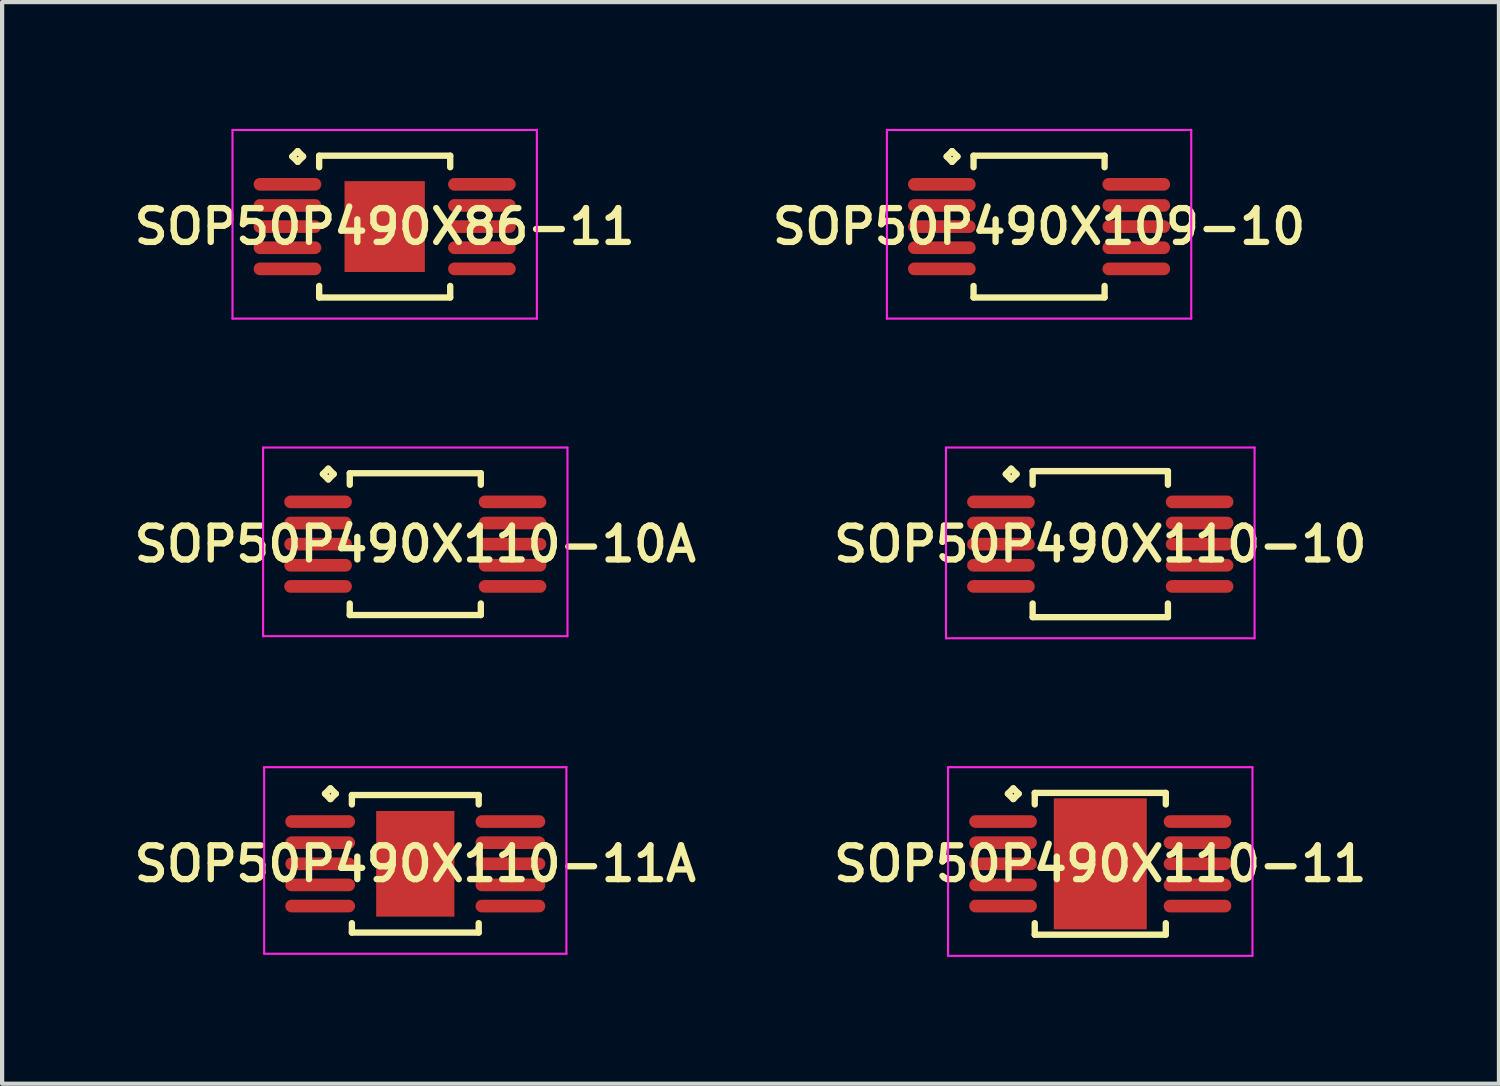
<source format=kicad_pcb>
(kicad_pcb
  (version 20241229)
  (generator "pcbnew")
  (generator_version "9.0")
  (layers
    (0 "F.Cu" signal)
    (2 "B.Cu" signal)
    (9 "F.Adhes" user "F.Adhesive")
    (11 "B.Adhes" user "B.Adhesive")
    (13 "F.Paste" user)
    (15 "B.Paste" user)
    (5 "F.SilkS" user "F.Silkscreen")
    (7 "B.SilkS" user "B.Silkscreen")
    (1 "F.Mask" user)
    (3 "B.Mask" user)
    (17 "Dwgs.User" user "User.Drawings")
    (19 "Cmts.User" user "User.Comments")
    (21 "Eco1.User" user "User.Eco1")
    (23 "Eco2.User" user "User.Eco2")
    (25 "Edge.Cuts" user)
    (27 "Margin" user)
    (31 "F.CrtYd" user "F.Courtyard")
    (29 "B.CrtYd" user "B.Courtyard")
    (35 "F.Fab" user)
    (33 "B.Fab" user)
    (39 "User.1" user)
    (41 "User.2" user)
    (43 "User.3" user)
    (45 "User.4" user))
  (footprint "SOP50P490X110-10"
    (layer "F.Cu")
    (at 22.978 9.822)
    (property "Reference" "SOP50P490X110-10" (at 0 0 0) (layer "F.SilkS") (effects (font (size 0.8 0.8) (thickness 0.15))))
    (attr smd)
    (fp_line (start -2.235 -1.658) (end -2.108 -1.785) (stroke (width 0.15) (type solid)) (layer "F.SilkS"))
    (fp_line (start -2.108 -1.785) (end -1.981 -1.658) (stroke (width 0.15) (type solid)) (layer "F.SilkS"))
    (fp_line (start -2.108 -1.531) (end -2.235 -1.658) (stroke (width 0.15) (type solid)) (layer "F.SilkS"))
    (fp_line (start -1.981 -1.658) (end -2.108 -1.531) (stroke (width 0.15) (type solid)) (layer "F.SilkS"))
    (fp_line (start -1.6 -1.727) (end 1.6 -1.727) (stroke (width 0.15) (type solid)) (layer "F.SilkS"))
    (fp_line (start -1.6 -1.404) (end -1.6 -1.727) (stroke (width 0.15) (type solid)) (layer "F.SilkS"))
    (fp_line (start -1.6 1.404) (end -1.6 1.727) (stroke (width 0.15) (type solid)) (layer "F.SilkS"))
    (fp_line (start -1.6 1.727) (end 1.6 1.727) (stroke (width 0.15) (type solid)) (layer "F.SilkS"))
    (fp_line (start 1.6 -1.727) (end 1.6 -1.404) (stroke (width 0.15) (type solid)) (layer "F.SilkS"))
    (fp_line (start 1.6 1.727) (end 1.6 1.404) (stroke (width 0.15) (type solid)) (layer "F.SilkS"))
    (fp_line (start -3.65 -2.285) (end 3.65 -2.285) (stroke (width 0.05) (type solid)) (layer "F.CrtYd"))
    (fp_line (start -3.65 2.227) (end -3.65 -2.285) (stroke (width 0.05) (type solid)) (layer "F.CrtYd"))
    (fp_line (start 3.65 -2.285) (end 3.65 2.227) (stroke (width 0.05) (type solid)) (layer "F.CrtYd"))
    (fp_line (start 3.65 2.227) (end -3.65 2.227) (stroke (width 0.05) (type solid)) (layer "F.CrtYd"))
    (pad "1" smd oval (at -2.35 -1) (size 1.6 0.3) (layers "F.Cu" "F.Mask" "F.Paste"))
    (pad "2" smd oval (at -2.35 -0.5) (size 1.6 0.3) (layers "F.Cu" "F.Mask" "F.Paste"))
    (pad "3" smd oval (at -2.35 0) (size 1.6 0.3) (layers "F.Cu" "F.Mask" "F.Paste"))
    (pad "4" smd oval (at -2.35 0.5) (size 1.6 0.3) (layers "F.Cu" "F.Mask" "F.Paste"))
    (pad "5" smd oval (at -2.35 1) (size 1.6 0.3) (layers "F.Cu" "F.Mask" "F.Paste"))
    (pad "6" smd oval (at 2.35 1) (size 1.6 0.3) (layers "F.Cu" "F.Mask" "F.Paste"))
    (pad "7" smd oval (at 2.35 0.5) (size 1.6 0.3) (layers "F.Cu" "F.Mask" "F.Paste"))
    (pad "8" smd oval (at 2.35 0) (size 1.6 0.3) (layers "F.Cu" "F.Mask" "F.Paste"))
    (pad "9" smd oval (at 2.35 -0.5) (size 1.6 0.3) (layers "F.Cu" "F.Mask" "F.Paste"))
    (pad "10" smd oval (at 2.35 -1) (size 1.6 0.3) (layers "F.Cu" "F.Mask" "F.Paste")))
  (footprint "SOP50P490X109-10"
    (layer "F.Cu")
    (at 21.53 2.31)
    (property "Reference" "SOP50P490X109-10" (at 0 0 0) (layer "F.SilkS") (effects (font (size 0.8 0.8) (thickness 0.15))))
    (attr smd)
    (fp_line (start -2.185 -1.658) (end -2.058 -1.785) (stroke (width 0.15) (type solid)) (layer "F.SilkS"))
    (fp_line (start -2.058 -1.785) (end -1.931 -1.658) (stroke (width 0.15) (type solid)) (layer "F.SilkS"))
    (fp_line (start -2.058 -1.531) (end -2.185 -1.658) (stroke (width 0.15) (type solid)) (layer "F.SilkS"))
    (fp_line (start -1.931 -1.658) (end -2.058 -1.531) (stroke (width 0.15) (type solid)) (layer "F.SilkS"))
    (fp_line (start -1.55 -1.677) (end 1.55 -1.677) (stroke (width 0.15) (type solid)) (layer "F.SilkS"))
    (fp_line (start -1.55 -1.404) (end -1.55 -1.677) (stroke (width 0.15) (type solid)) (layer "F.SilkS"))
    (fp_line (start -1.55 1.404) (end -1.55 1.677) (stroke (width 0.15) (type solid)) (layer "F.SilkS"))
    (fp_line (start -1.55 1.677) (end 1.55 1.677) (stroke (width 0.15) (type solid)) (layer "F.SilkS"))
    (fp_line (start 1.55 -1.677) (end 1.55 -1.404) (stroke (width 0.15) (type solid)) (layer "F.SilkS"))
    (fp_line (start 1.55 1.677) (end 1.55 1.404) (stroke (width 0.15) (type solid)) (layer "F.SilkS"))
    (fp_line (start -3.6 -2.285) (end 3.6 -2.285) (stroke (width 0.05) (type solid)) (layer "F.CrtYd"))
    (fp_line (start -3.6 2.177) (end -3.6 -2.285) (stroke (width 0.05) (type solid)) (layer "F.CrtYd"))
    (fp_line (start 3.6 -2.285) (end 3.6 2.177) (stroke (width 0.05) (type solid)) (layer "F.CrtYd"))
    (fp_line (start 3.6 2.177) (end -3.6 2.177) (stroke (width 0.05) (type solid)) (layer "F.CrtYd"))
    (pad "1" smd oval (at -2.3 -1) (size 1.6 0.3) (layers "F.Cu" "F.Mask" "F.Paste"))
    (pad "2" smd oval (at -2.3 -0.5) (size 1.6 0.3) (layers "F.Cu" "F.Mask" "F.Paste"))
    (pad "3" smd oval (at -2.3 0) (size 1.6 0.3) (layers "F.Cu" "F.Mask" "F.Paste"))
    (pad "4" smd oval (at -2.3 0.5) (size 1.6 0.3) (layers "F.Cu" "F.Mask" "F.Paste"))
    (pad "5" smd oval (at -2.3 1) (size 1.6 0.3) (layers "F.Cu" "F.Mask" "F.Paste"))
    (pad "6" smd oval (at 2.3 1) (size 1.6 0.3) (layers "F.Cu" "F.Mask" "F.Paste"))
    (pad "7" smd oval (at 2.3 0.5) (size 1.6 0.3) (layers "F.Cu" "F.Mask" "F.Paste"))
    (pad "8" smd oval (at 2.3 0) (size 1.6 0.3) (layers "F.Cu" "F.Mask" "F.Paste"))
    (pad "9" smd oval (at 2.3 -0.5) (size 1.6 0.3) (layers "F.Cu" "F.Mask" "F.Paste"))
    (pad "10" smd oval (at 2.3 -1) (size 1.6 0.3) (layers "F.Cu" "F.Mask" "F.Paste")))
  (footprint "SOP50P490X110-11"
    (layer "F.Cu")
    (at 22.978 17.384)
    (property "Reference" "SOP50P490X110-11" (at 0 0 0) (layer "F.SilkS") (effects (font (size 0.8 0.8) (thickness 0.15))))
    (attr smd)
    (fp_line (start -2.185 -1.658) (end -2.058 -1.785) (stroke (width 0.15) (type solid)) (layer "F.SilkS"))
    (fp_line (start -2.058 -1.785) (end -1.931 -1.658) (stroke (width 0.15) (type solid)) (layer "F.SilkS"))
    (fp_line (start -2.058 -1.531) (end -2.185 -1.658) (stroke (width 0.15) (type solid)) (layer "F.SilkS"))
    (fp_line (start -1.931 -1.658) (end -2.058 -1.531) (stroke (width 0.15) (type solid)) (layer "F.SilkS"))
    (fp_line (start -1.55 -1.677) (end 1.55 -1.677) (stroke (width 0.15) (type solid)) (layer "F.SilkS"))
    (fp_line (start -1.55 -1.404) (end -1.55 -1.677) (stroke (width 0.15) (type solid)) (layer "F.SilkS"))
    (fp_line (start -1.55 1.404) (end -1.55 1.677) (stroke (width 0.15) (type solid)) (layer "F.SilkS"))
    (fp_line (start -1.55 1.677) (end 1.55 1.677) (stroke (width 0.15) (type solid)) (layer "F.SilkS"))
    (fp_line (start 1.55 -1.677) (end 1.55 -1.404) (stroke (width 0.15) (type solid)) (layer "F.SilkS"))
    (fp_line (start 1.55 1.677) (end 1.55 1.404) (stroke (width 0.15) (type solid)) (layer "F.SilkS"))
    (fp_line (start -3.6 -2.285) (end 3.6 -2.285) (stroke (width 0.05) (type solid)) (layer "F.CrtYd"))
    (fp_line (start -3.6 2.177) (end -3.6 -2.285) (stroke (width 0.05) (type solid)) (layer "F.CrtYd"))
    (fp_line (start 3.6 -2.285) (end 3.6 2.177) (stroke (width 0.05) (type solid)) (layer "F.CrtYd"))
    (fp_line (start 3.6 2.177) (end -3.6 2.177) (stroke (width 0.05) (type solid)) (layer "F.CrtYd"))
    (pad "1" smd oval (at -2.3 -1) (size 1.6 0.3) (layers "F.Cu" "F.Mask" "F.Paste"))
    (pad "2" smd oval (at -2.3 -0.5) (size 1.6 0.3) (layers "F.Cu" "F.Mask" "F.Paste"))
    (pad "3" smd oval (at -2.3 0) (size 1.6 0.3) (layers "F.Cu" "F.Mask" "F.Paste"))
    (pad "4" smd oval (at -2.3 0.5) (size 1.6 0.3) (layers "F.Cu" "F.Mask" "F.Paste"))
    (pad "5" smd oval (at -2.3 1) (size 1.6 0.3) (layers "F.Cu" "F.Mask" "F.Paste"))
    (pad "6" smd oval (at 2.3 1) (size 1.6 0.3) (layers "F.Cu" "F.Mask" "F.Paste"))
    (pad "7" smd oval (at 2.3 0.5) (size 1.6 0.3) (layers "F.Cu" "F.Mask" "F.Paste"))
    (pad "8" smd oval (at 2.3 0) (size 1.6 0.3) (layers "F.Cu" "F.Mask" "F.Paste"))
    (pad "9" smd oval (at 2.3 -0.5) (size 1.6 0.3) (layers "F.Cu" "F.Mask" "F.Paste"))
    (pad "10" smd oval (at 2.3 -1) (size 1.6 0.3) (layers "F.Cu" "F.Mask" "F.Paste"))
    (pad "11" smd rect (at 0 0) (size 2.2 3.1) (layers "F.Cu" "F.Mask" "F.Paste")))
  (footprint "SOP50P490X110-10A"
    (layer "F.Cu")
    (at 6.774 9.822)
    (property "Reference" "SOP50P490X110-10A" (at 0 0 0) (layer "F.SilkS") (effects (font (size 0.8 0.8) (thickness 0.15))))
    (attr smd)
    (fp_line (start -2.185 -1.658) (end -2.058 -1.785) (stroke (width 0.15) (type solid)) (layer "F.SilkS"))
    (fp_line (start -2.058 -1.785) (end -1.931 -1.658) (stroke (width 0.15) (type solid)) (layer "F.SilkS"))
    (fp_line (start -2.058 -1.531) (end -2.185 -1.658) (stroke (width 0.15) (type solid)) (layer "F.SilkS"))
    (fp_line (start -1.931 -1.658) (end -2.058 -1.531) (stroke (width 0.15) (type solid)) (layer "F.SilkS"))
    (fp_line (start -1.55 -1.677) (end 1.55 -1.677) (stroke (width 0.15) (type solid)) (layer "F.SilkS"))
    (fp_line (start -1.55 -1.404) (end -1.55 -1.677) (stroke (width 0.15) (type solid)) (layer "F.SilkS"))
    (fp_line (start -1.55 1.404) (end -1.55 1.677) (stroke (width 0.15) (type solid)) (layer "F.SilkS"))
    (fp_line (start -1.55 1.677) (end 1.55 1.677) (stroke (width 0.15) (type solid)) (layer "F.SilkS"))
    (fp_line (start 1.55 -1.677) (end 1.55 -1.404) (stroke (width 0.15) (type solid)) (layer "F.SilkS"))
    (fp_line (start 1.55 1.677) (end 1.55 1.404) (stroke (width 0.15) (type solid)) (layer "F.SilkS"))
    (fp_line (start -3.6 -2.285) (end 3.6 -2.285) (stroke (width 0.05) (type solid)) (layer "F.CrtYd"))
    (fp_line (start -3.6 2.177) (end -3.6 -2.285) (stroke (width 0.05) (type solid)) (layer "F.CrtYd"))
    (fp_line (start 3.6 -2.285) (end 3.6 2.177) (stroke (width 0.05) (type solid)) (layer "F.CrtYd"))
    (fp_line (start 3.6 2.177) (end -3.6 2.177) (stroke (width 0.05) (type solid)) (layer "F.CrtYd"))
    (pad "1" smd oval (at -2.3 -1) (size 1.6 0.3) (layers "F.Cu" "F.Mask" "F.Paste"))
    (pad "2" smd oval (at -2.3 -0.5) (size 1.6 0.3) (layers "F.Cu" "F.Mask" "F.Paste"))
    (pad "3" smd oval (at -2.3 0) (size 1.6 0.3) (layers "F.Cu" "F.Mask" "F.Paste"))
    (pad "4" smd oval (at -2.3 0.5) (size 1.6 0.3) (layers "F.Cu" "F.Mask" "F.Paste"))
    (pad "5" smd oval (at -2.3 1) (size 1.6 0.3) (layers "F.Cu" "F.Mask" "F.Paste"))
    (pad "6" smd oval (at 2.3 1) (size 1.6 0.3) (layers "F.Cu" "F.Mask" "F.Paste"))
    (pad "7" smd oval (at 2.3 0.5) (size 1.6 0.3) (layers "F.Cu" "F.Mask" "F.Paste"))
    (pad "8" smd oval (at 2.3 0) (size 1.6 0.3) (layers "F.Cu" "F.Mask" "F.Paste"))
    (pad "9" smd oval (at 2.3 -0.5) (size 1.6 0.3) (layers "F.Cu" "F.Mask" "F.Paste"))
    (pad "10" smd oval (at 2.3 -1) (size 1.6 0.3) (layers "F.Cu" "F.Mask" "F.Paste")))
  (footprint "SOP50P490X110-11A"
    (layer "F.Cu")
    (at 6.774 17.384)
    (property "Reference" "SOP50P490X110-11A" (at 0 0 0) (layer "F.SilkS") (effects (font (size 0.8 0.8) (thickness 0.15))))
    (attr smd)
    (fp_line (start -2.135 -1.658) (end -2.008 -1.785) (stroke (width 0.15) (type solid)) (layer "F.SilkS"))
    (fp_line (start -2.008 -1.785) (end -1.881 -1.658) (stroke (width 0.15) (type solid)) (layer "F.SilkS"))
    (fp_line (start -2.008 -1.531) (end -2.135 -1.658) (stroke (width 0.15) (type solid)) (layer "F.SilkS"))
    (fp_line (start -1.881 -1.658) (end -2.008 -1.531) (stroke (width 0.15) (type solid)) (layer "F.SilkS"))
    (fp_line (start -1.5 -1.627) (end 1.5 -1.627) (stroke (width 0.15) (type solid)) (layer "F.SilkS"))
    (fp_line (start -1.5 -1.404) (end -1.5 -1.627) (stroke (width 0.15) (type solid)) (layer "F.SilkS"))
    (fp_line (start -1.5 1.404) (end -1.5 1.627) (stroke (width 0.15) (type solid)) (layer "F.SilkS"))
    (fp_line (start -1.5 1.627) (end 1.5 1.627) (stroke (width 0.15) (type solid)) (layer "F.SilkS"))
    (fp_line (start 1.5 -1.627) (end 1.5 -1.404) (stroke (width 0.15) (type solid)) (layer "F.SilkS"))
    (fp_line (start 1.5 1.627) (end 1.5 1.404) (stroke (width 0.15) (type solid)) (layer "F.SilkS"))
    (fp_line (start -3.575 -2.285) (end 3.575 -2.285) (stroke (width 0.05) (type solid)) (layer "F.CrtYd"))
    (fp_line (start -3.575 2.127) (end -3.575 -2.285) (stroke (width 0.05) (type solid)) (layer "F.CrtYd"))
    (fp_line (start 3.575 -2.285) (end 3.575 2.127) (stroke (width 0.05) (type solid)) (layer "F.CrtYd"))
    (fp_line (start 3.575 2.127) (end -3.575 2.127) (stroke (width 0.05) (type solid)) (layer "F.CrtYd"))
    (pad "1" smd oval (at -2.25 -1) (size 1.65 0.3) (layers "F.Cu" "F.Mask" "F.Paste"))
    (pad "2" smd oval (at -2.25 -0.5) (size 1.65 0.3) (layers "F.Cu" "F.Mask" "F.Paste"))
    (pad "3" smd oval (at -2.25 0) (size 1.65 0.3) (layers "F.Cu" "F.Mask" "F.Paste"))
    (pad "4" smd oval (at -2.25 0.5) (size 1.65 0.3) (layers "F.Cu" "F.Mask" "F.Paste"))
    (pad "5" smd oval (at -2.25 1) (size 1.65 0.3) (layers "F.Cu" "F.Mask" "F.Paste"))
    (pad "6" smd oval (at 2.25 1) (size 1.65 0.3) (layers "F.Cu" "F.Mask" "F.Paste"))
    (pad "7" smd oval (at 2.25 0.5) (size 1.65 0.3) (layers "F.Cu" "F.Mask" "F.Paste"))
    (pad "8" smd oval (at 2.25 0) (size 1.65 0.3) (layers "F.Cu" "F.Mask" "F.Paste"))
    (pad "9" smd oval (at 2.25 -0.5) (size 1.65 0.3) (layers "F.Cu" "F.Mask" "F.Paste"))
    (pad "10" smd oval (at 2.25 -1) (size 1.65 0.3) (layers "F.Cu" "F.Mask" "F.Paste"))
    (pad "11" smd rect (at 0 0) (size 1.85 2.5) (layers "F.Cu" "F.Mask" "F.Paste")))
  (footprint "SOP50P490X86-11"
    (layer "F.Cu")
    (at 6.05 2.31)
    (property "Reference" "SOP50P490X86-11" (at 0 0 0) (layer "F.SilkS") (effects (font (size 0.8 0.8) (thickness 0.15))))
    (attr smd)
    (fp_line (start -2.185 -1.658) (end -2.058 -1.785) (stroke (width 0.15) (type solid)) (layer "F.SilkS"))
    (fp_line (start -2.058 -1.785) (end -1.931 -1.658) (stroke (width 0.15) (type solid)) (layer "F.SilkS"))
    (fp_line (start -2.058 -1.531) (end -2.185 -1.658) (stroke (width 0.15) (type solid)) (layer "F.SilkS"))
    (fp_line (start -1.931 -1.658) (end -2.058 -1.531) (stroke (width 0.15) (type solid)) (layer "F.SilkS"))
    (fp_line (start -1.55 -1.677) (end 1.55 -1.677) (stroke (width 0.15) (type solid)) (layer "F.SilkS"))
    (fp_line (start -1.55 -1.404) (end -1.55 -1.677) (stroke (width 0.15) (type solid)) (layer "F.SilkS"))
    (fp_line (start -1.55 1.404) (end -1.55 1.677) (stroke (width 0.15) (type solid)) (layer "F.SilkS"))
    (fp_line (start -1.55 1.677) (end 1.55 1.677) (stroke (width 0.15) (type solid)) (layer "F.SilkS"))
    (fp_line (start 1.55 -1.677) (end 1.55 -1.404) (stroke (width 0.15) (type solid)) (layer "F.SilkS"))
    (fp_line (start 1.55 1.677) (end 1.55 1.404) (stroke (width 0.15) (type solid)) (layer "F.SilkS"))
    (fp_line (start -3.6 -2.285) (end 3.6 -2.285) (stroke (width 0.05) (type solid)) (layer "F.CrtYd"))
    (fp_line (start -3.6 2.177) (end -3.6 -2.285) (stroke (width 0.05) (type solid)) (layer "F.CrtYd"))
    (fp_line (start 3.6 -2.285) (end 3.6 2.177) (stroke (width 0.05) (type solid)) (layer "F.CrtYd"))
    (fp_line (start 3.6 2.177) (end -3.6 2.177) (stroke (width 0.05) (type solid)) (layer "F.CrtYd"))
    (pad "1" smd oval (at -2.3 -1) (size 1.6 0.3) (layers "F.Cu" "F.Mask" "F.Paste"))
    (pad "2" smd oval (at -2.3 -0.5) (size 1.6 0.3) (layers "F.Cu" "F.Mask" "F.Paste"))
    (pad "3" smd oval (at -2.3 0) (size 1.6 0.3) (layers "F.Cu" "F.Mask" "F.Paste"))
    (pad "4" smd oval (at -2.3 0.5) (size 1.6 0.3) (layers "F.Cu" "F.Mask" "F.Paste"))
    (pad "5" smd oval (at -2.3 1) (size 1.6 0.3) (layers "F.Cu" "F.Mask" "F.Paste"))
    (pad "6" smd oval (at 2.3 1) (size 1.6 0.3) (layers "F.Cu" "F.Mask" "F.Paste"))
    (pad "7" smd oval (at 2.3 0.5) (size 1.6 0.3) (layers "F.Cu" "F.Mask" "F.Paste"))
    (pad "8" smd oval (at 2.3 0) (size 1.6 0.3) (layers "F.Cu" "F.Mask" "F.Paste"))
    (pad "9" smd oval (at 2.3 -0.5) (size 1.6 0.3) (layers "F.Cu" "F.Mask" "F.Paste"))
    (pad "10" smd oval (at 2.3 -1) (size 1.6 0.3) (layers "F.Cu" "F.Mask" "F.Paste"))
    (pad "11" smd rect (at 0 0) (size 1.9 2.15) (layers "F.Cu" "F.Mask" "F.Paste")))
  (gr_rect
    (start -3 -3)
    (end 32.409 22.586)
    (stroke (width 0.1) (type default))
    (fill no)
    (layer "Edge.Cuts")))
</source>
